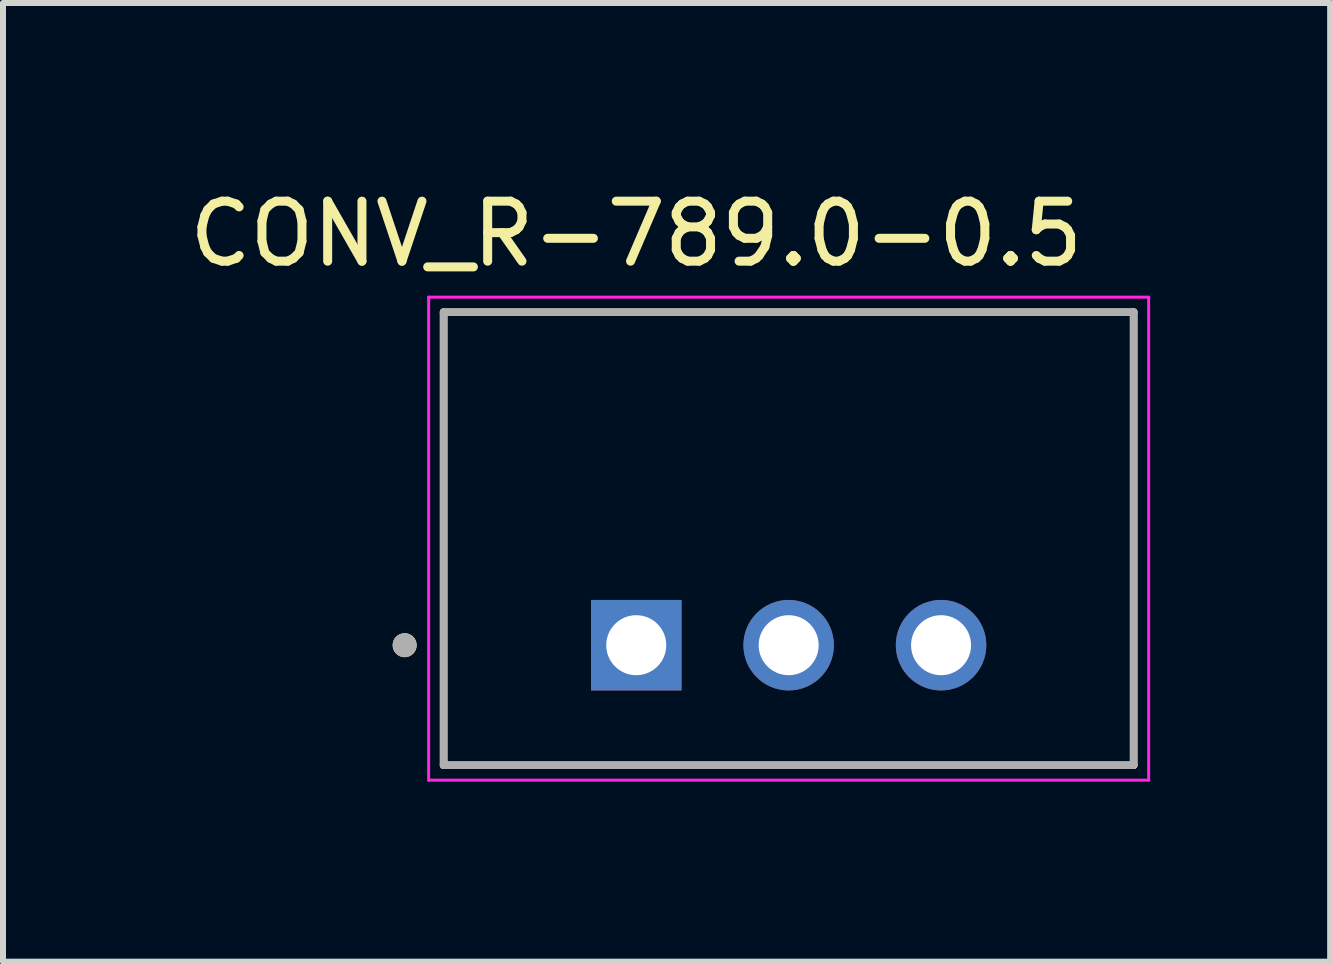
<source format=kicad_pcb>
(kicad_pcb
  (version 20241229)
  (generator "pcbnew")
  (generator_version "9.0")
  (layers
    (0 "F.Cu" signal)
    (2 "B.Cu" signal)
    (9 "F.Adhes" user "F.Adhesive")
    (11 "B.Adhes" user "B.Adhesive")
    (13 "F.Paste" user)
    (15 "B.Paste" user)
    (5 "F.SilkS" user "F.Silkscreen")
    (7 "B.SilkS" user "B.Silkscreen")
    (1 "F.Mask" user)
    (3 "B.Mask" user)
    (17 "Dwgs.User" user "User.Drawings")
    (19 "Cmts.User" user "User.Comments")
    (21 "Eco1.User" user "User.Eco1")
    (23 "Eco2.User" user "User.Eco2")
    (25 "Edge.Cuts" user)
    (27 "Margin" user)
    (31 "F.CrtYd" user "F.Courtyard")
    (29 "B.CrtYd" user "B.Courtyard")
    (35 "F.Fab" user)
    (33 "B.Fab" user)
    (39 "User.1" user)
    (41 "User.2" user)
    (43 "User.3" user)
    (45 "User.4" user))
  (footprint "CONV_R-789.0-0.5"
    (layer "F.Cu")
    (at 10.094 5.928)
    (property "Reference" "CONV_R-789.0-0.5" (at -2.54 -5.08 0) (layer "F.SilkS") (effects (font (size 1 1) (thickness 0.15))))
    (attr through_hole)
    (fp_line (start -5.75 -3.775) (end -5.75 3.775) (stroke (width 0.127) (type solid)) (layer "F.SilkS"))
    (fp_line (start -5.75 3.775) (end 5.75 3.775) (stroke (width 0.127) (type solid)) (layer "F.SilkS"))
    (fp_line (start 5.75 -3.775) (end -5.75 -3.775) (stroke (width 0.127) (type solid)) (layer "F.SilkS"))
    (fp_line (start 5.75 3.775) (end 5.75 -3.775) (stroke (width 0.127) (type solid)) (layer "F.SilkS"))
    (fp_circle (center -6.4 1.775) (end -6.3 1.775) (stroke (width 0.2) (type solid)) (fill no) (layer "F.SilkS"))
    (fp_line (start -6 -4.025) (end -6 4.025) (stroke (width 0.05) (type solid)) (layer "F.CrtYd"))
    (fp_line (start -6 4.025) (end 6 4.025) (stroke (width 0.05) (type solid)) (layer "F.CrtYd"))
    (fp_line (start 6 -4.025) (end -6 -4.025) (stroke (width 0.05) (type solid)) (layer "F.CrtYd"))
    (fp_line (start 6 4.025) (end 6 -4.025) (stroke (width 0.05) (type solid)) (layer "F.CrtYd"))
    (fp_line (start -5.75 -3.775) (end -5.75 3.775) (stroke (width 0.127) (type solid)) (layer "F.Fab"))
    (fp_line (start -5.75 3.775) (end 5.75 3.775) (stroke (width 0.127) (type solid)) (layer "F.Fab"))
    (fp_line (start 5.75 -3.775) (end -5.75 -3.775) (stroke (width 0.127) (type solid)) (layer "F.Fab"))
    (fp_line (start 5.75 3.775) (end 5.75 -3.775) (stroke (width 0.127) (type solid)) (layer "F.Fab"))
    (fp_circle (center -6.4 1.775) (end -6.3 1.775) (stroke (width 0.2) (type solid)) (fill no) (layer "F.Fab"))
    (pad "1" thru_hole rect (at -2.54 1.775) (size 1.508 1.508) (drill 1) (layers "*.Cu" "*.Mask"))
    (pad "2" thru_hole circle (at 0 1.775) (size 1.508 1.508) (drill 1) (layers "*.Cu" "*.Mask"))
    (pad "3" thru_hole circle (at 2.54 1.775) (size 1.508 1.508) (drill 1) (layers "*.Cu" "*.Mask")))
  (gr_rect
    (start -3 -3)
    (end 19.119 12.978)
    (stroke (width 0.1) (type default))
    (fill no)
    (layer "Edge.Cuts")))
</source>
